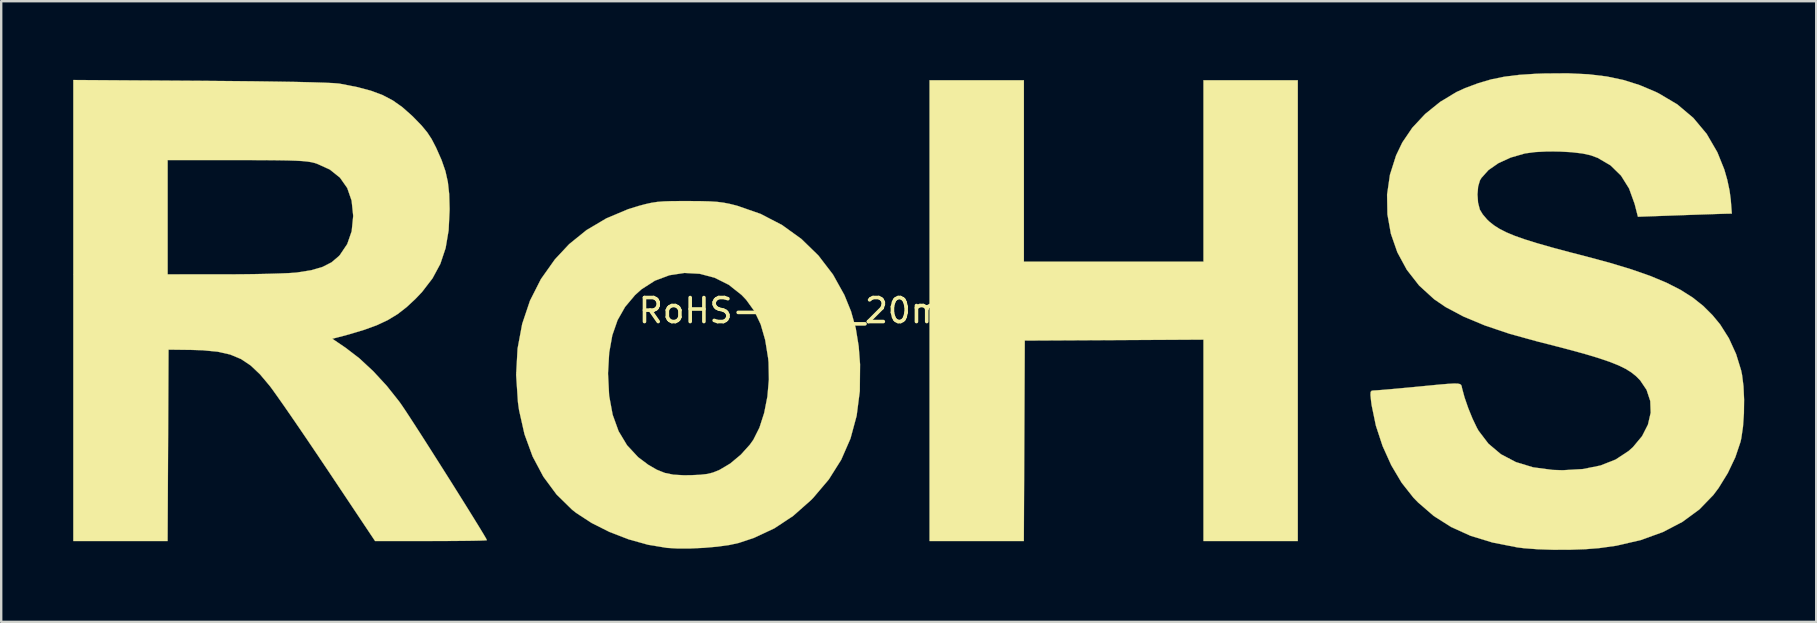
<source format=kicad_pcb>
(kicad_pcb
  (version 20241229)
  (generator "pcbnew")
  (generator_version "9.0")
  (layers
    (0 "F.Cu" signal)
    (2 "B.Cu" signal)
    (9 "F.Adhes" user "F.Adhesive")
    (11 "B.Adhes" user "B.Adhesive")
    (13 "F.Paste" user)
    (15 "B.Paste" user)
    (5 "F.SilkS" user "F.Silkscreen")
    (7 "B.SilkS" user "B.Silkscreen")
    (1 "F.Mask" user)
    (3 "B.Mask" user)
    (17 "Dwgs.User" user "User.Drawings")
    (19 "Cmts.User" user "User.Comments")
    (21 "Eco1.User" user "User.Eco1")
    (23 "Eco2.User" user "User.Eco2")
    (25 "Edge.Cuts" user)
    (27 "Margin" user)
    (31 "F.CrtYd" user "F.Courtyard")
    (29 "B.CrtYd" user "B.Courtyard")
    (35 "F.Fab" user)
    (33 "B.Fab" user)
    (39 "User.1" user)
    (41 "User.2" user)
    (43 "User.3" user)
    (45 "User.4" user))
  (footprint "RoHS-Logo_20mm_SilkScreen"
    (layer "F.Cu")
    (at 34.854 9.895)
    (property "Reference" "RoHS-Logo_20mm_SilkScreen" (at 0 0 0) (layer "F.SilkS") (effects (font (size 1 1) (thickness 0.15))))
    (attr exclude_from_pos_files exclude_from_bom)
    (fp_poly (pts (xy 4.763 -2.041) (xy 12.246 -2.041) (xy 12.246 -9.601) (xy 16.177 -9.601) (xy 16.177 9.601) (xy 12.246 9.601) (xy 12.246 1.208) (xy 8.523 1.228) (xy 4.8 1.247) (xy 4.761 9.601) (xy 0.832 9.601) (xy 0.832 -9.601) (xy 4.763 -9.601) (xy 4.763 -2.041)) (stroke (width 0.01) (type solid)) (fill yes) (layer "F.SilkS"))
    (fp_poly (pts (xy -9.223 -4.566) (xy -8.718 -4.563) (xy -8.329 -4.553) (xy -8.02 -4.533) (xy -7.757 -4.5) (xy -7.503 -4.451) (xy -7.223 -4.381) (xy -7.177 -4.368) (xy -6.21 -4.032) (xy -5.318 -3.57) (xy -4.511 -2.989) (xy -3.8 -2.298) (xy -3.193 -1.506) (xy -2.717 -0.651) (xy -2.44 0.029) (xy -2.244 0.727) (xy -2.121 1.485) (xy -2.064 2.238) (xy -2.074 3.351) (xy -2.206 4.379) (xy -2.463 5.33) (xy -2.849 6.213) (xy -3.366 7.034) (xy -4.017 7.802) (xy -4.117 7.903) (xy -4.854 8.555) (xy -5.636 9.072) (xy -6.488 9.47) (xy -7.119 9.68) (xy -7.513 9.766) (xy -8.012 9.835) (xy -8.571 9.884) (xy -9.143 9.911) (xy -9.683 9.911) (xy -10.108 9.886) (xy -10.897 9.756) (xy -11.711 9.529) (xy -12.508 9.221) (xy -13.25 8.849) (xy -13.895 8.428) (xy -14.067 8.292) (xy -14.713 7.659) (xy -15.262 6.917) (xy -15.709 6.076) (xy -16.048 5.148) (xy -16.274 4.145) (xy -16.32 3.818) (xy -16.396 2.673) (xy -16.394 2.646) (xy -12.566 2.646) (xy -12.52 3.547) (xy -12.374 4.337) (xy -12.126 5.024) (xy -11.772 5.612) (xy -11.311 6.107) (xy -10.886 6.426) (xy -10.532 6.63) (xy -10.199 6.763) (xy -9.839 6.836) (xy -9.406 6.86) (xy -9.109 6.857) (xy -8.72 6.839) (xy -8.432 6.806) (xy -8.195 6.747) (xy -7.958 6.653) (xy -7.921 6.636) (xy -7.473 6.37) (xy -7.034 6.004) (xy -6.655 5.584) (xy -6.51 5.379) (xy -6.256 4.873) (xy -6.059 4.261) (xy -5.925 3.58) (xy -5.863 2.868) (xy -5.877 2.159) (xy -5.894 1.984) (xy -6.018 1.218) (xy -6.205 0.571) (xy -6.466 0.022) (xy -6.809 -0.452) (xy -6.997 -0.65) (xy -7.533 -1.076) (xy -8.122 -1.371) (xy -8.745 -1.536) (xy -9.381 -1.571) (xy -10.01 -1.475) (xy -10.613 -1.249) (xy -11.17 -0.892) (xy -11.441 -0.649) (xy -11.855 -0.157) (xy -12.169 0.396) (xy -12.388 1.027) (xy -12.518 1.752) (xy -12.566 2.59) (xy -12.566 2.646) (xy -16.394 2.646) (xy -16.336 1.582) (xy -16.143 0.55) (xy -15.818 -0.417) (xy -15.363 -1.314) (xy -14.781 -2.136) (xy -14.185 -2.773) (xy -13.461 -3.358) (xy -12.634 -3.847) (xy -11.728 -4.228) (xy -11.295 -4.362) (xy -11.006 -4.439) (xy -10.758 -4.494) (xy -10.514 -4.531) (xy -10.24 -4.553) (xy -9.9 -4.564) (xy -9.461 -4.566) (xy -9.223 -4.566)) (stroke (width 0.01) (type solid)) (fill yes) (layer "F.SilkS"))
    (fp_poly (pts (xy -29.539 -9.577) (xy -28.351 -9.567) (xy -27.29 -9.557) (xy -26.36 -9.544) (xy -25.562 -9.531) (xy -24.901 -9.515) (xy -24.38 -9.499) (xy -24.003 -9.481) (xy -23.773 -9.462) (xy -23.737 -9.456) (xy -23.035 -9.319) (xy -22.455 -9.167) (xy -21.965 -8.985) (xy -21.537 -8.761) (xy -21.139 -8.48) (xy -20.743 -8.129) (xy -20.659 -8.047) (xy -20.34 -7.718) (xy -20.105 -7.435) (xy -19.918 -7.151) (xy -19.744 -6.816) (xy -19.734 -6.797) (xy -19.504 -6.278) (xy -19.343 -5.815) (xy -19.241 -5.358) (xy -19.186 -4.857) (xy -19.169 -4.262) (xy -19.169 -4.196) (xy -19.209 -3.349) (xy -19.334 -2.609) (xy -19.554 -1.95) (xy -19.879 -1.348) (xy -20.317 -0.778) (xy -20.593 -0.488) (xy -20.962 -0.145) (xy -21.332 0.142) (xy -21.729 0.384) (xy -22.179 0.597) (xy -22.711 0.793) (xy -23.349 0.985) (xy -23.802 1.106) (xy -24.056 1.172) (xy -23.5 1.549) (xy -22.934 1.983) (xy -22.35 2.525) (xy -21.784 3.138) (xy -21.269 3.787) (xy -21.193 3.893) (xy -21.063 4.084) (xy -20.874 4.37) (xy -20.637 4.735) (xy -20.36 5.164) (xy -20.055 5.641) (xy -19.731 6.151) (xy -19.398 6.676) (xy -19.066 7.201) (xy -18.746 7.712) (xy -18.446 8.191) (xy -18.178 8.623) (xy -17.95 8.992) (xy -17.774 9.282) (xy -17.658 9.478) (xy -17.614 9.564) (xy -17.614 9.565) (xy -17.686 9.574) (xy -17.892 9.582) (xy -18.212 9.589) (xy -18.629 9.594) (xy -19.124 9.598) (xy -19.679 9.6) (xy -19.944 9.601) (xy -22.274 9.601) (xy -24.205 6.709) (xy -24.622 6.088) (xy -25.031 5.482) (xy -25.422 4.907) (xy -25.783 4.381) (xy -26.103 3.919) (xy -26.37 3.54) (xy -26.572 3.258) (xy -26.665 3.134) (xy -27.066 2.657) (xy -27.455 2.288) (xy -27.862 2.016) (xy -28.313 1.828) (xy -28.838 1.71) (xy -29.462 1.65) (xy -29.931 1.636) (xy -30.881 1.625) (xy -30.9 5.613) (xy -30.92 9.601) (xy -34.849 9.601) (xy -34.849 -6.274) (xy -30.918 -6.274) (xy -30.918 -1.512) (xy -28.556 -1.513) (xy -27.936 -1.515) (xy -27.332 -1.522) (xy -26.77 -1.533) (xy -26.275 -1.548) (xy -25.874 -1.564) (xy -25.59 -1.583) (xy -25.533 -1.589) (xy -24.938 -1.683) (xy -24.465 -1.821) (xy -24.09 -2.012) (xy -23.789 -2.267) (xy -23.743 -2.316) (xy -23.434 -2.775) (xy -23.249 -3.308) (xy -23.187 -3.925) (xy -23.187 -3.969) (xy -23.252 -4.586) (xy -23.434 -5.11) (xy -23.736 -5.541) (xy -24.157 -5.878) (xy -24.698 -6.123) (xy -24.797 -6.155) (xy -24.926 -6.186) (xy -25.087 -6.212) (xy -25.295 -6.233) (xy -25.567 -6.248) (xy -25.918 -6.26) (xy -26.364 -6.267) (xy -26.921 -6.272) (xy -27.604 -6.274) (xy -28.06 -6.274) (xy -30.918 -6.274) (xy -34.849 -6.274) (xy -34.849 -9.611) (xy -29.539 -9.577)) (stroke (width 0.01) (type solid)) (fill yes) (layer "F.SilkS"))
    (fp_poly (pts (xy 28.289 -9.85) (xy 29.053 -9.758) (xy 29.753 -9.61) (xy 30.416 -9.401) (xy 31.069 -9.126) (xy 31.212 -9.057) (xy 31.991 -8.596) (xy 32.658 -8.033) (xy 33.214 -7.369) (xy 33.662 -6.599) (xy 33.951 -5.882) (xy 34.073 -5.455) (xy 34.169 -5.005) (xy 34.219 -4.631) (xy 34.264 -4.044) (xy 34.047 -4.04) (xy 33.91 -4.036) (xy 33.647 -4.028) (xy 33.282 -4.016) (xy 32.84 -4.001) (xy 32.347 -3.984) (xy 32.09 -3.975) (xy 30.351 -3.913) (xy 30.214 -4.448) (xy 29.982 -5.09) (xy 29.646 -5.627) (xy 29.21 -6.053) (xy 28.677 -6.365) (xy 28.386 -6.473) (xy 28.036 -6.55) (xy 27.583 -6.603) (xy 27.073 -6.631) (xy 26.552 -6.633) (xy 26.066 -6.608) (xy 25.663 -6.554) (xy 25.633 -6.548) (xy 25.046 -6.379) (xy 24.534 -6.144) (xy 24.121 -5.856) (xy 23.828 -5.529) (xy 23.768 -5.428) (xy 23.692 -5.173) (xy 23.665 -4.842) (xy 23.689 -4.499) (xy 23.763 -4.211) (xy 23.763 -4.211) (xy 23.883 -4.013) (xy 24.068 -3.796) (xy 24.158 -3.71) (xy 24.356 -3.553) (xy 24.587 -3.406) (xy 24.866 -3.264) (xy 25.208 -3.121) (xy 25.627 -2.973) (xy 26.139 -2.813) (xy 26.758 -2.636) (xy 27.499 -2.437) (xy 28.121 -2.276) (xy 29.168 -1.996) (xy 30.077 -1.721) (xy 30.865 -1.446) (xy 31.544 -1.163) (xy 32.129 -0.865) (xy 32.634 -0.545) (xy 33.073 -0.196) (xy 33.46 0.19) (xy 33.779 0.577) (xy 34.142 1.152) (xy 34.442 1.809) (xy 34.651 2.487) (xy 34.691 2.679) (xy 34.75 3.15) (xy 34.775 3.702) (xy 34.768 4.282) (xy 34.729 4.838) (xy 34.659 5.318) (xy 34.625 5.471) (xy 34.41 6.109) (xy 34.097 6.767) (xy 33.715 7.387) (xy 33.494 7.682) (xy 32.91 8.285) (xy 32.207 8.801) (xy 31.392 9.226) (xy 30.472 9.559) (xy 29.454 9.795) (xy 28.742 9.895) (xy 28.155 9.941) (xy 27.5 9.964) (xy 26.825 9.965) (xy 26.178 9.943) (xy 25.605 9.9) (xy 25.324 9.865) (xy 24.291 9.662) (xy 23.376 9.382) (xy 22.565 9.015) (xy 21.842 8.556) (xy 21.193 7.996) (xy 20.993 7.79) (xy 20.505 7.172) (xy 20.072 6.442) (xy 19.709 5.638) (xy 19.431 4.792) (xy 19.255 3.942) (xy 19.231 3.761) (xy 19.207 3.517) (xy 19.213 3.387) (xy 19.259 3.336) (xy 19.356 3.326) (xy 19.362 3.326) (xy 19.489 3.319) (xy 19.742 3.299) (xy 20.094 3.269) (xy 20.518 3.23) (xy 20.991 3.186) (xy 21.091 3.176) (xy 21.671 3.12) (xy 22.118 3.077) (xy 22.45 3.05) (xy 22.685 3.037) (xy 22.84 3.04) (xy 22.933 3.06) (xy 22.983 3.096) (xy 23.006 3.149) (xy 23.02 3.22) (xy 23.022 3.232) (xy 23.126 3.616) (xy 23.279 4.059) (xy 23.458 4.5) (xy 23.64 4.879) (xy 23.711 5.006) (xy 24.123 5.546) (xy 24.641 5.982) (xy 25.263 6.31) (xy 25.983 6.529) (xy 26.799 6.637) (xy 27.214 6.65) (xy 28.057 6.601) (xy 28.791 6.453) (xy 29.423 6.204) (xy 29.96 5.851) (xy 30.148 5.682) (xy 30.523 5.231) (xy 30.769 4.748) (xy 30.883 4.254) (xy 30.865 3.765) (xy 30.711 3.3) (xy 30.443 2.903) (xy 30.274 2.731) (xy 30.077 2.574) (xy 29.839 2.425) (xy 29.544 2.281) (xy 29.18 2.135) (xy 28.732 1.983) (xy 28.187 1.818) (xy 27.53 1.637) (xy 26.748 1.433) (xy 26.179 1.289) (xy 25.005 0.965) (xy 23.974 0.618) (xy 23.087 0.248) (xy 22.347 -0.144) (xy 21.861 -0.474) (xy 21.232 -1.048) (xy 20.719 -1.705) (xy 20.326 -2.43) (xy 20.056 -3.205) (xy 19.912 -4.013) (xy 19.898 -4.838) (xy 20.017 -5.662) (xy 20.273 -6.468) (xy 20.534 -7.011) (xy 20.95 -7.623) (xy 21.485 -8.195) (xy 22.109 -8.699) (xy 22.79 -9.11) (xy 23.149 -9.274) (xy 23.705 -9.481) (xy 24.24 -9.638) (xy 24.793 -9.75) (xy 25.402 -9.825) (xy 26.106 -9.871) (xy 26.459 -9.883) (xy 27.433 -9.89) (xy 28.289 -9.85)) (stroke (width 0.01) (type solid)) (fill yes) (layer "F.SilkS")))
  (gr_rect
    (start -3 -3)
    (end 72.635 22.865)
    (stroke (width 0.1) (type default))
    (fill no)
    (layer "Edge.Cuts")))
</source>
